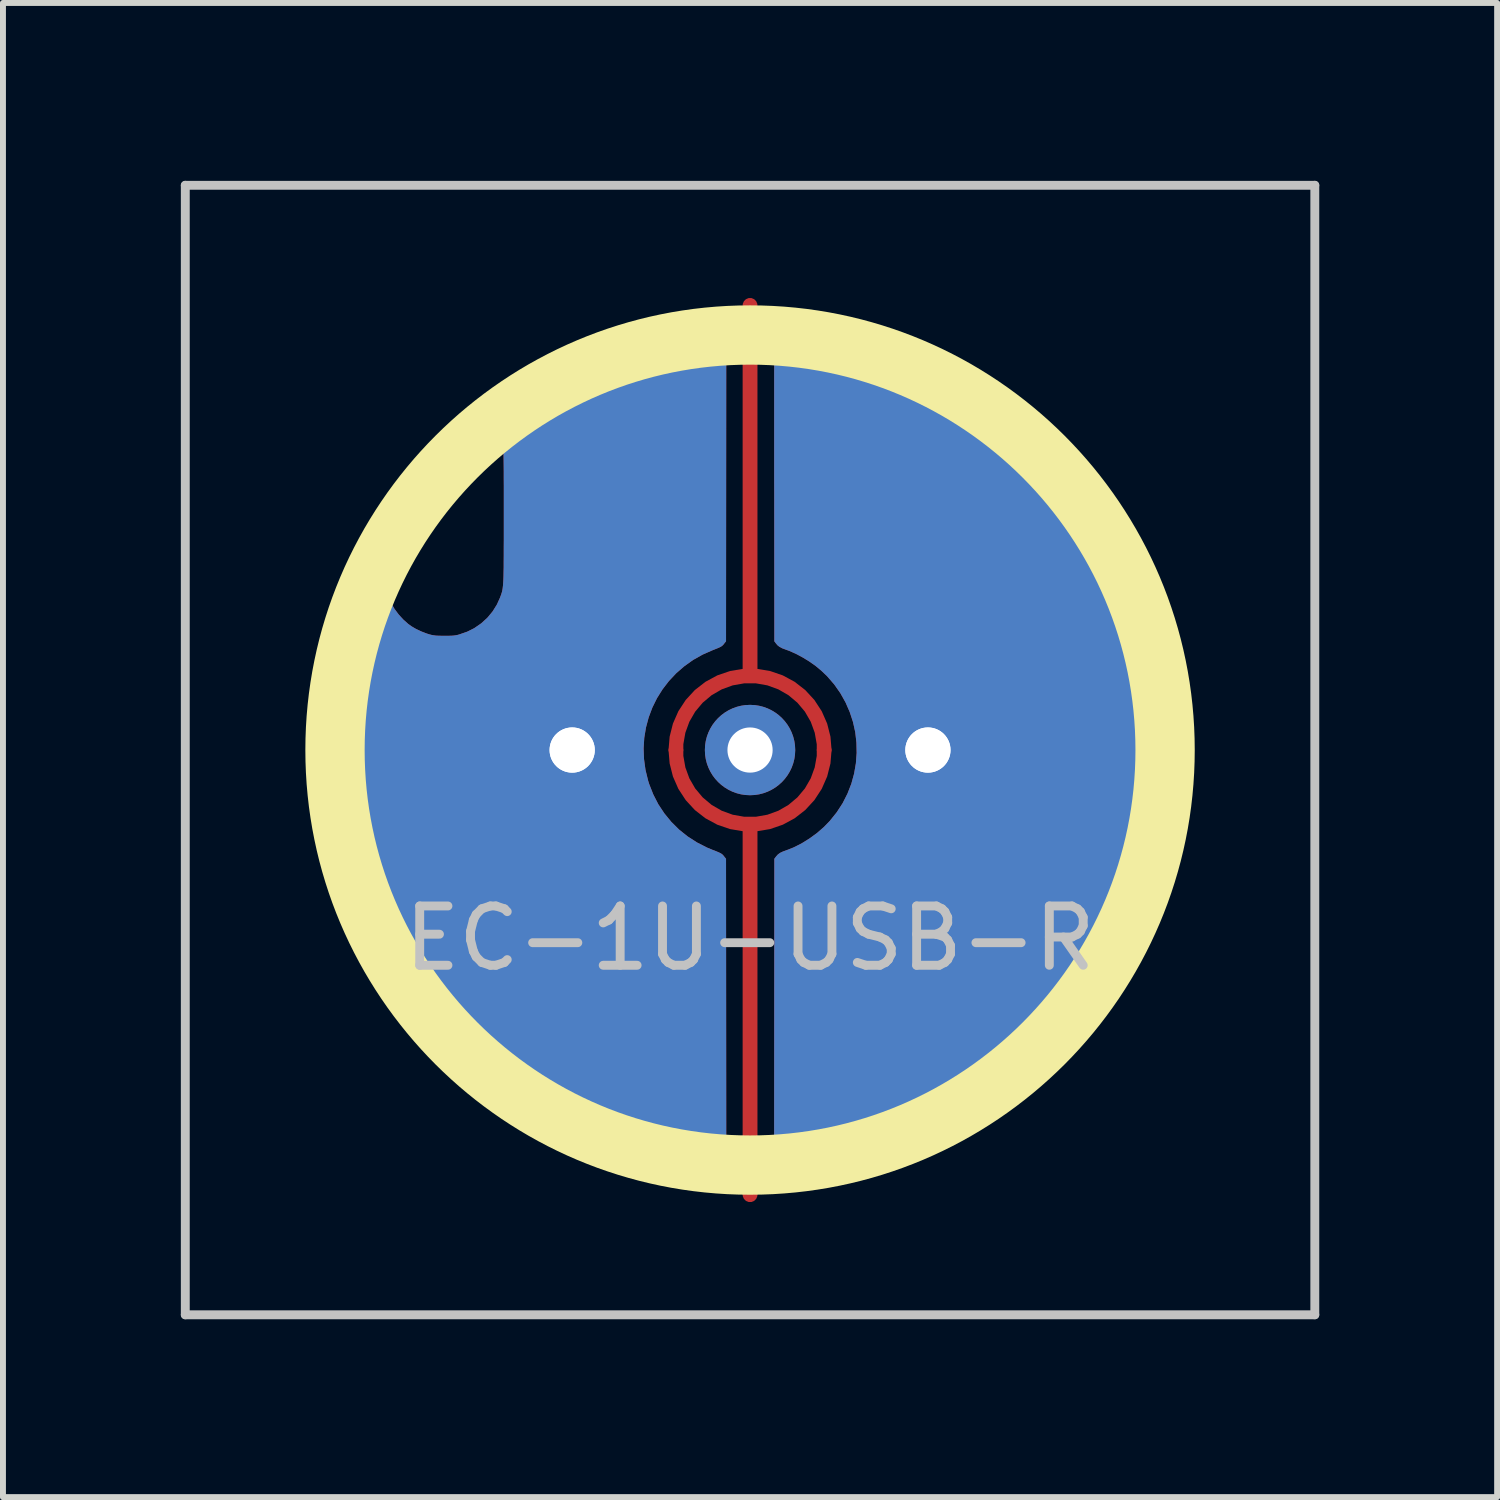
<source format=kicad_pcb>
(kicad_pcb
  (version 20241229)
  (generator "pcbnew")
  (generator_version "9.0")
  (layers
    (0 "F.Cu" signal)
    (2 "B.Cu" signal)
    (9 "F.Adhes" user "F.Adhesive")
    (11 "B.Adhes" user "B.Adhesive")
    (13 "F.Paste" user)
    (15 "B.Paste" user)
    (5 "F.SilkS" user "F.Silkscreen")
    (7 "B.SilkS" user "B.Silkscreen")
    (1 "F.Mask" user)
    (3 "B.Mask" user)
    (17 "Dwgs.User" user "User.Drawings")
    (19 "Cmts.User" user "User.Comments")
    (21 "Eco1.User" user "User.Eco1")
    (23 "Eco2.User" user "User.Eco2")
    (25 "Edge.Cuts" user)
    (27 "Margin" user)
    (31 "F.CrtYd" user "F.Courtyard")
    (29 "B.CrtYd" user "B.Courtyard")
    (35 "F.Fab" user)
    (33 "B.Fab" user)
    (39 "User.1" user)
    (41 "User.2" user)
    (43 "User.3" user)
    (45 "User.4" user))
  (footprint "EC-1U-USB-R"
    (layer "F.Cu")
    (at 9.6 9.6)
    (property "Reference" "EC-1U-USB-R" (at 0 3.175 0) (layer "Dwgs.User") (effects (font (size 1 1) (thickness 0.15))))
    (attr through_hole)
    (fp_circle (center 0 0) (end 7 0) (stroke (width 1) (type solid)) (fill no) (layer "F.SilkS"))
    (fp_line (start -9.525 -9.525) (end 9.525 -9.525) (stroke (width 0.15) (type solid)) (layer "Dwgs.User"))
    (fp_line (start -9.525 9.525) (end -9.525 -9.525) (stroke (width 0.15) (type solid)) (layer "Dwgs.User"))
    (fp_line (start 9.525 -9.525) (end 9.525 9.525) (stroke (width 0.15) (type solid)) (layer "Dwgs.User"))
    (fp_line (start 9.525 9.525) (end -9.525 9.525) (stroke (width 0.15) (type solid)) (layer "Dwgs.User"))
    (pad "" thru_hole circle (at 0 0) (size 1.524 1.524) (drill 0.762) (layers "*.Cu" "B.Mask"))
    (pad "1" thru_hole circle (at 3 0) (size 1.524 1.524) (drill 0.762) (layers "*.Cu" "B.Mask"))
    (pad "1" thru_hole custom (at 3 0) (size 1.524 1.524) (drill 0.762) (layers "F.Cu") (options (anchor circle)) (primitives (gr_poly (pts (xy -2.587 4.333) (xy -2.585 1.835) (xy -2.556 1.797) (xy -2.526 1.764) (xy -2.49 1.738) (xy -2.444 1.716) (xy -2.4 1.7) (xy -2.266 1.648) (xy -2.131 1.58) (xy -1.997 1.497) (xy -1.869 1.404) (xy -1.751 1.301) (xy -1.651 1.198) (xy -1.534 1.052) (xy -1.434 0.898) (xy -1.352 0.736) (xy -1.287 0.569) (xy -1.24 0.398) (xy -1.21 0.224) (xy -1.197 0.049) (xy -1.201 -0.127) (xy -1.221 -0.302) (xy -1.259 -0.474) (xy -1.314 -0.642) (xy -1.385 -0.805) (xy -1.473 -0.962) (xy -1.577 -1.11) (xy -1.698 -1.25) (xy -1.797 -1.344) (xy -1.891 -1.422) (xy -1.997 -1.497) (xy -2.11 -1.566) (xy -2.224 -1.627) (xy -2.334 -1.676) (xy -2.4 -1.7) (xy -2.458 -1.722) (xy -2.501 -1.745) (xy -2.535 -1.772) (xy -2.556 -1.797) (xy -2.585 -1.835) (xy -2.587 -4.33) (xy -2.588 -4.594) (xy -2.588 -4.839) (xy -2.588 -5.065) (xy -2.588 -5.273) (xy -2.588 -5.465) (xy -2.588 -5.64) (xy -2.588 -5.799) (xy -2.588 -5.944) (xy -2.588 -6.074) (xy -2.588 -6.191) (xy -2.588 -6.296) (xy -2.588 -6.389) (xy -2.587 -6.47) (xy -2.587 -6.542) (xy -2.586 -6.603) (xy -2.585 -6.656) (xy -2.585 -6.701) (xy -2.584 -6.738) (xy -2.583 -6.769) (xy -2.582 -6.794) (xy -2.58 -6.813) (xy -2.579 -6.829) (xy -2.578 -6.84) (xy -2.576 -6.849) (xy -2.574 -6.855) (xy -2.572 -6.86) (xy -2.57 -6.864) (xy -2.534 -6.915) (xy -2.487 -6.95) (xy -2.428 -6.969) (xy -2.357 -6.971) (xy -2.347 -6.97) (xy -1.986 -6.926) (xy -1.637 -6.866) (xy -1.295 -6.789) (xy -0.96 -6.696) (xy -0.627 -6.586) (xy -0.295 -6.458) (xy -0.258 -6.442) (xy -0.185 -6.411) (xy -0.1 -6.371) (xy -0.004 -6.326) (xy 0.096 -6.277) (xy 0.197 -6.226) (xy 0.296 -6.175) (xy 0.387 -6.127) (xy 0.468 -6.083) (xy 0.518 -6.054) (xy 0.841 -5.853) (xy 1.151 -5.638) (xy 1.447 -5.409) (xy 1.728 -5.165) (xy 1.996 -4.907) (xy 2.249 -4.636) (xy 2.487 -4.351) (xy 2.711 -4.053) (xy 2.919 -3.741) (xy 3.112 -3.417) (xy 3.146 -3.356) (xy 3.314 -3.029) (xy 3.464 -2.693) (xy 3.597 -2.35) (xy 3.711 -1.999) (xy 3.807 -1.643) (xy 3.884 -1.283) (xy 3.942 -0.919) (xy 3.981 -0.552) (xy 4.001 -0.183) (xy 4.001 0.186) (xy 3.995 0.345) (xy 3.967 0.716) (xy 3.919 1.083) (xy 3.852 1.445) (xy 3.767 1.801) (xy 3.664 2.152) (xy 3.542 2.496) (xy 3.404 2.832) (xy 3.248 3.161) (xy 3.075 3.481) (xy 2.887 3.791) (xy 2.682 4.092) (xy 2.462 4.382) (xy 2.226 4.66) (xy 1.976 4.927) (xy 1.711 5.18) (xy 1.432 5.421) (xy 1.14 5.647) (xy 0.905 5.812) (xy 0.589 6.012) (xy 0.264 6.194) (xy -0.07 6.358) (xy -0.412 6.505) (xy -0.762 6.633) (xy -1.119 6.743) (xy -1.483 6.834) (xy -1.844 6.904) (xy -1.929 6.918) (xy -2.017 6.931) (xy -2.105 6.943) (xy -2.188 6.953) (xy -2.263 6.961) (xy -2.327 6.967) (xy -2.374 6.969) (xy -2.376 6.969) (xy -2.418 6.969) (xy -2.446 6.967) (xy -2.468 6.96) (xy -2.489 6.948) (xy -2.501 6.94) (xy -2.532 6.914) (xy -2.559 6.883) (xy -2.567 6.87) (xy -2.589 6.83) (xy -2.587 4.333)) (width 0.01) (fill yes))))
    (pad "2" thru_hole circle (at -3 0) (size 1.524 1.524) (drill 0.762) (layers "*.Cu" "B.Mask"))
    (pad "2" thru_hole custom (at -3 0) (size 1.524 1.524) (drill 0.762) (layers "F.Cu") (options (anchor circle)) (primitives (gr_poly (pts (xy 2.456 -6.967) (xy 2.478 -6.96) (xy 2.499 -6.949) (xy 2.511 -6.94) (xy 2.542 -6.914) (xy 2.569 -6.883) (xy 2.577 -6.87) (xy 2.599 -6.83) (xy 2.597 -4.333) (xy 2.595 -1.835) (xy 2.566 -1.798) (xy 2.549 -1.776) (xy 2.531 -1.759) (xy 2.51 -1.744) (xy 2.48 -1.729) (xy 2.44 -1.712) (xy 2.385 -1.69) (xy 2.374 -1.686) (xy 2.201 -1.61) (xy 2.039 -1.519) (xy 1.891 -1.413) (xy 1.755 -1.295) (xy 1.633 -1.165) (xy 1.525 -1.025) (xy 1.431 -0.875) (xy 1.353 -0.717) (xy 1.291 -0.552) (xy 1.245 -0.381) (xy 1.216 -0.206) (xy 1.205 -0.027) (xy 1.212 0.154) (xy 1.237 0.336) (xy 1.282 0.519) (xy 1.299 0.573) (xy 1.368 0.748) (xy 1.453 0.914) (xy 1.555 1.068) (xy 1.672 1.211) (xy 1.803 1.341) (xy 1.948 1.457) (xy 2.105 1.558) (xy 2.273 1.644) (xy 2.374 1.686) (xy 2.432 1.708) (xy 2.474 1.726) (xy 2.505 1.741) (xy 2.528 1.756) (xy 2.546 1.773) (xy 2.563 1.794) (xy 2.566 1.798) (xy 2.595 1.835) (xy 2.597 4.333) (xy 2.599 6.83) (xy 2.577 6.87) (xy 2.546 6.913) (xy 2.507 6.943) (xy 2.459 6.962) (xy 2.398 6.97) (xy 2.323 6.968) (xy 2.284 6.965) (xy 1.94 6.917) (xy 1.608 6.857) (xy 1.311 6.791) (xy 0.958 6.693) (xy 0.609 6.576) (xy 0.267 6.441) (xy -0.069 6.287) (xy -0.396 6.117) (xy -0.714 5.929) (xy -1.021 5.725) (xy -1.316 5.505) (xy -1.351 5.478) (xy -1.636 5.238) (xy -1.908 4.984) (xy -2.165 4.717) (xy -2.407 4.437) (xy -2.633 4.146) (xy -2.843 3.843) (xy -3.038 3.53) (xy -3.215 3.207) (xy -3.375 2.875) (xy -3.518 2.534) (xy -3.643 2.186) (xy -3.749 1.83) (xy -3.77 1.751) (xy -3.854 1.384) (xy -3.919 1.015) (xy -3.963 0.646) (xy -3.988 0.276) (xy -3.992 -0.095) (xy -3.977 -0.468) (xy -3.942 -0.843) (xy -3.925 -0.976) (xy -3.869 -1.311) (xy -3.795 -1.648) (xy -3.704 -1.985) (xy -3.597 -2.318) (xy -3.474 -2.645) (xy -3.393 -2.835) (xy -3.368 -2.892) (xy -3.348 -2.932) (xy -3.332 -2.96) (xy -3.318 -2.977) (xy -3.305 -2.987) (xy -3.304 -2.988) (xy -3.26 -3.002) (xy -3.221 -2.997) (xy -3.19 -2.976) (xy -3.167 -2.941) (xy -3.156 -2.893) (xy -3.155 -2.874) (xy -3.15 -2.805) (xy -3.136 -2.724) (xy -3.114 -2.64) (xy -3.087 -2.557) (xy -3.055 -2.482) (xy -3.05 -2.472) (xy -2.995 -2.379) (xy -2.927 -2.288) (xy -2.849 -2.202) (xy -2.766 -2.128) (xy -2.711 -2.088) (xy -2.633 -2.042) (xy -2.543 -2) (xy -2.452 -1.965) (xy -2.404 -1.95) (xy -2.368 -1.941) (xy -2.334 -1.935) (xy -2.297 -1.93) (xy -2.252 -1.928) (xy -2.195 -1.927) (xy -2.154 -1.927) (xy -2.088 -1.927) (xy -2.037 -1.928) (xy -1.997 -1.931) (xy -1.962 -1.936) (xy -1.928 -1.943) (xy -1.904 -1.95) (xy -1.771 -1.996) (xy -1.647 -2.059) (xy -1.533 -2.138) (xy -1.431 -2.231) (xy -1.343 -2.337) (xy -1.27 -2.454) (xy -1.217 -2.571) (xy -1.208 -2.596) (xy -1.199 -2.619) (xy -1.192 -2.642) (xy -1.185 -2.664) (xy -1.179 -2.689) (xy -1.174 -2.716) (xy -1.17 -2.747) (xy -1.166 -2.783) (xy -1.163 -2.825) (xy -1.16 -2.875) (xy -1.158 -2.934) (xy -1.157 -3.002) (xy -1.155 -3.082) (xy -1.155 -3.173) (xy -1.154 -3.278) (xy -1.154 -3.398) (xy -1.153 -3.533) (xy -1.153 -3.685) (xy -1.153 -3.856) (xy -1.153 -3.968) (xy -1.153 -4.15) (xy -1.153 -4.312) (xy -1.153 -4.457) (xy -1.154 -4.586) (xy -1.154 -4.699) (xy -1.155 -4.799) (xy -1.156 -4.885) (xy -1.157 -4.959) (xy -1.159 -5.023) (xy -1.161 -5.078) (xy -1.163 -5.124) (xy -1.166 -5.164) (xy -1.17 -5.197) (xy -1.174 -5.226) (xy -1.179 -5.252) (xy -1.185 -5.275) (xy -1.191 -5.297) (xy -1.198 -5.319) (xy -1.206 -5.342) (xy -1.209 -5.349) (xy -1.223 -5.401) (xy -1.232 -5.451) (xy -1.233 -5.476) (xy -1.232 -5.504) (xy -1.227 -5.529) (xy -1.217 -5.554) (xy -1.201 -5.579) (xy -1.176 -5.606) (xy -1.142 -5.636) (xy -1.097 -5.672) (xy -1.039 -5.713) (xy -0.967 -5.763) (xy -0.895 -5.812) (xy -0.585 -6.008) (xy -0.265 -6.188) (xy 0.065 -6.351) (xy 0.404 -6.497) (xy 0.749 -6.625) (xy 1.099 -6.734) (xy 1.453 -6.825) (xy 1.524 -6.84) (xy 1.638 -6.864) (xy 1.755 -6.886) (xy 1.872 -6.906) (xy 1.987 -6.925) (xy 2.096 -6.941) (xy 2.197 -6.953) (xy 2.285 -6.963) (xy 2.358 -6.968) (xy 2.386 -6.969) (xy 2.428 -6.969) (xy 2.456 -6.967)) (width 0) (fill yes))))
    (pad "3" smd custom (at 0 -7.5) (size 0.25 0.25) (layers "F.Cu") (options (anchor circle)) (primitives (gr_line (start 0 6.25) (end 0 0) (width 0.25)) (gr_arc (start -1.25 7.5) (mid 0 6.25) (end 1.25 7.5) (width 0.25))))
    (pad "3" smd custom (at 0 7.5 180) (size 0.25 0.25) (layers "F.Cu") (options (anchor circle)) (primitives (gr_line (start 0 6.25) (end 0 0) (width 0.25)) (gr_arc (start -1.25 7.5) (mid 0 6.25) (end 1.25 7.5) (width 0.25)))))
  (gr_rect
    (start -3 -3)
    (end 22.2 22.2)
    (stroke (width 0.1) (type default))
    (fill no)
    (layer "Edge.Cuts")))
</source>
